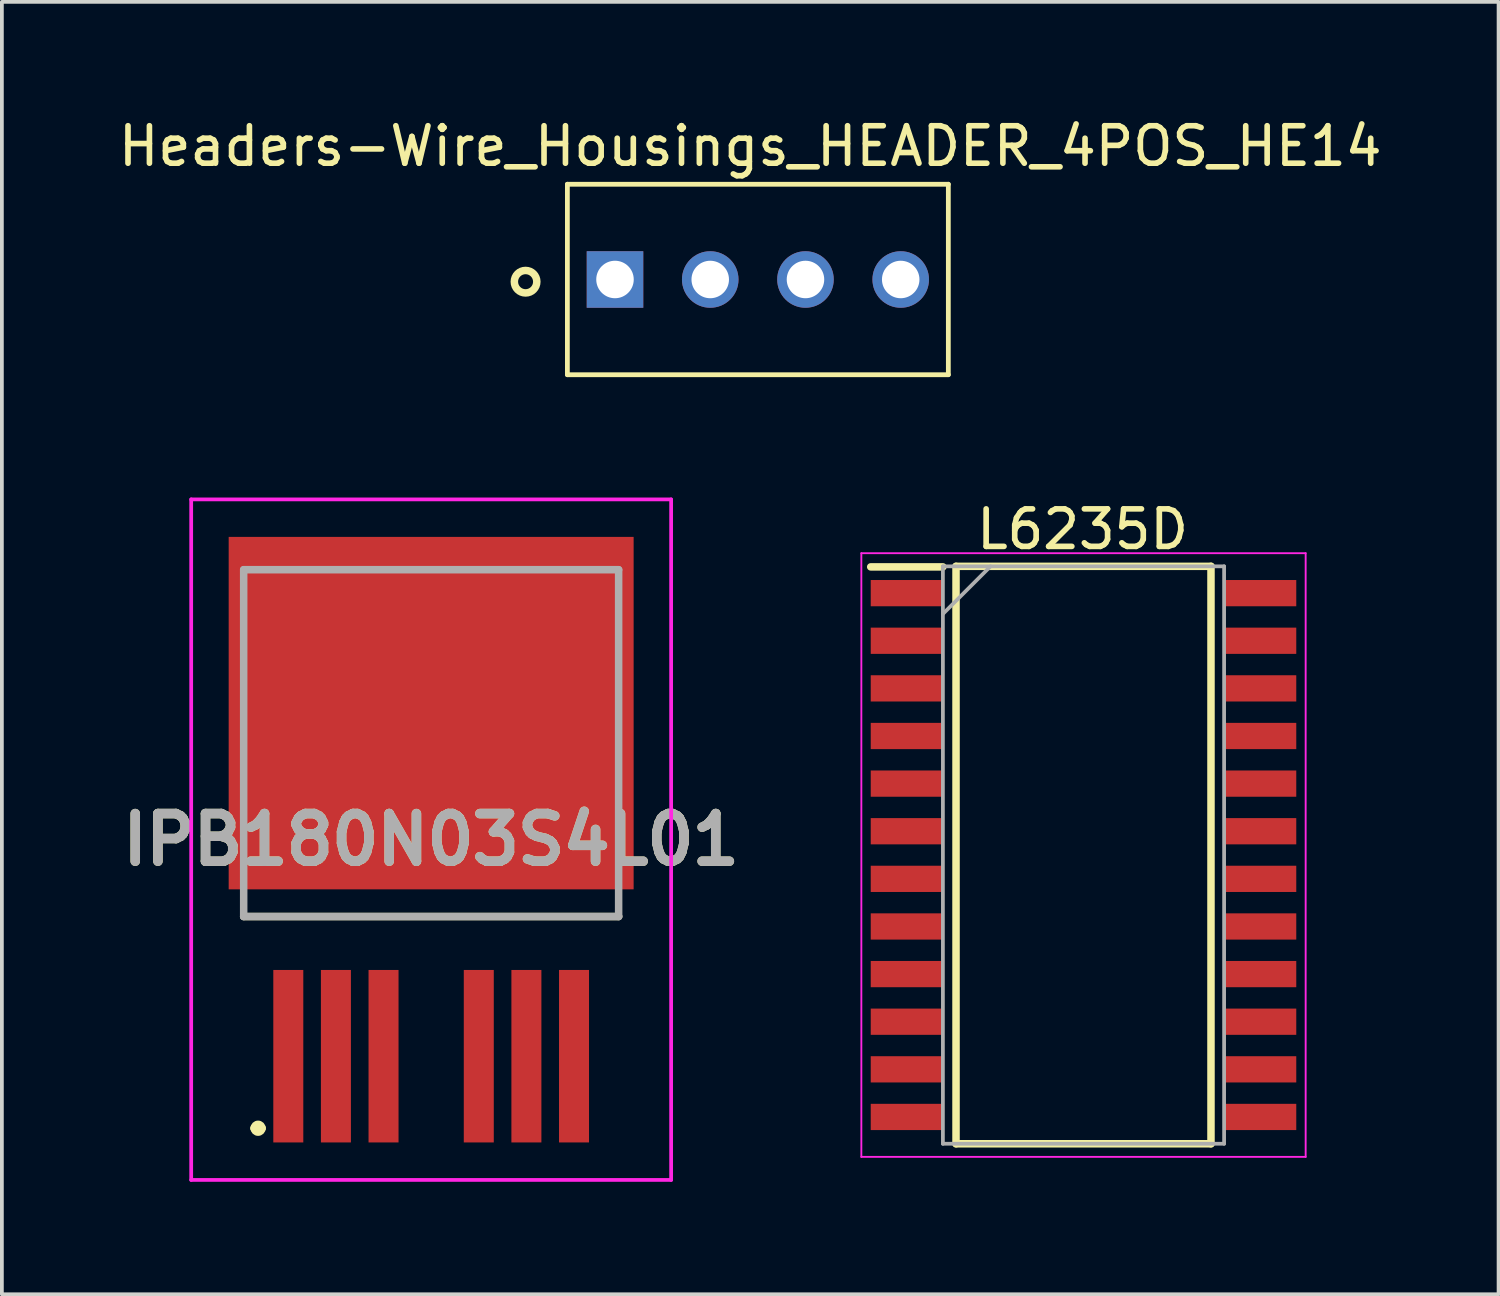
<source format=kicad_pcb>
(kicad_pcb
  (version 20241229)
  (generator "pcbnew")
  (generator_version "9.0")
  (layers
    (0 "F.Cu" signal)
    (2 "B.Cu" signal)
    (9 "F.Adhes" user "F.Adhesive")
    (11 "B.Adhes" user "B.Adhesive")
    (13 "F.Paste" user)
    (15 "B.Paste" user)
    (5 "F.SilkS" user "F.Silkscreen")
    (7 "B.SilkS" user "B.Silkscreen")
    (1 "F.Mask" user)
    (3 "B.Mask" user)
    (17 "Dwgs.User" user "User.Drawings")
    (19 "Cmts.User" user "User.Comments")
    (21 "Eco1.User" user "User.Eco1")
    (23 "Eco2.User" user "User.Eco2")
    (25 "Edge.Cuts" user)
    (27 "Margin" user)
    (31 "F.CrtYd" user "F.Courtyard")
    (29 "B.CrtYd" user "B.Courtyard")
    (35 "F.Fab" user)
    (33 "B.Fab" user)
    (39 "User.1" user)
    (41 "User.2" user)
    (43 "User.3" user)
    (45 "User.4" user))
  (footprint "L6235D"
    (layer "F.Cu")
    (at 25.847 19.754)
    (property "Reference" "L6235D" (at -0.025 -8.687 0) (layer "F.SilkS") (effects (font (size 1 1) (thickness 0.15))))
    (attr smd)
    (fp_line (start -5.675 -7.685) (end -3.75 -7.685) (stroke (width 0.2) (type solid)) (layer "F.SilkS"))
    (fp_line (start -3.4 -7.7) (end 3.4 -7.7) (stroke (width 0.2) (type solid)) (layer "F.SilkS"))
    (fp_line (start -3.4 7.7) (end -3.4 -7.7) (stroke (width 0.2) (type solid)) (layer "F.SilkS"))
    (fp_line (start 3.4 -7.7) (end 3.4 7.7) (stroke (width 0.2) (type solid)) (layer "F.SilkS"))
    (fp_line (start 3.4 7.7) (end -3.4 7.7) (stroke (width 0.2) (type solid)) (layer "F.SilkS"))
    (fp_line (start -5.925 -8.05) (end 5.925 -8.05) (stroke (width 0.05) (type solid)) (layer "F.CrtYd"))
    (fp_line (start -5.925 8.05) (end -5.925 -8.05) (stroke (width 0.05) (type solid)) (layer "F.CrtYd"))
    (fp_line (start 5.925 -8.05) (end 5.925 8.05) (stroke (width 0.05) (type solid)) (layer "F.CrtYd"))
    (fp_line (start 5.925 8.05) (end -5.925 8.05) (stroke (width 0.05) (type solid)) (layer "F.CrtYd"))
    (fp_line (start -3.75 -7.7) (end 3.75 -7.7) (stroke (width 0.1) (type solid)) (layer "F.Fab"))
    (fp_line (start -3.75 -6.43) (end -2.48 -7.7) (stroke (width 0.1) (type solid)) (layer "F.Fab"))
    (fp_line (start -3.75 7.7) (end -3.75 -7.7) (stroke (width 0.1) (type solid)) (layer "F.Fab"))
    (fp_line (start 3.75 -7.7) (end 3.75 7.7) (stroke (width 0.1) (type solid)) (layer "F.Fab"))
    (fp_line (start 3.75 7.7) (end -3.75 7.7) (stroke (width 0.1) (type solid)) (layer "F.Fab"))
    (pad "1" smd rect (at -4.712 -6.985 90) (size 0.7 1.925) (layers "F.Cu" "F.Mask" "F.Paste"))
    (pad "2" smd rect (at -4.712 -5.715 90) (size 0.7 1.925) (layers "F.Cu" "F.Mask" "F.Paste"))
    (pad "3" smd rect (at -4.712 -4.445 90) (size 0.7 1.925) (layers "F.Cu" "F.Mask" "F.Paste"))
    (pad "4" smd rect (at -4.712 -3.175 90) (size 0.7 1.925) (layers "F.Cu" "F.Mask" "F.Paste"))
    (pad "5" smd rect (at -4.712 -1.905 90) (size 0.7 1.925) (layers "F.Cu" "F.Mask" "F.Paste"))
    (pad "6" smd rect (at -4.712 -0.635 90) (size 0.7 1.925) (layers "F.Cu" "F.Mask" "F.Paste"))
    (pad "7" smd rect (at -4.712 0.635 90) (size 0.7 1.925) (layers "F.Cu" "F.Mask" "F.Paste"))
    (pad "8" smd rect (at -4.712 1.905 90) (size 0.7 1.925) (layers "F.Cu" "F.Mask" "F.Paste"))
    (pad "9" smd rect (at -4.712 3.175 90) (size 0.7 1.925) (layers "F.Cu" "F.Mask" "F.Paste"))
    (pad "10" smd rect (at -4.712 4.445 90) (size 0.7 1.925) (layers "F.Cu" "F.Mask" "F.Paste"))
    (pad "11" smd rect (at -4.712 5.715 90) (size 0.7 1.925) (layers "F.Cu" "F.Mask" "F.Paste"))
    (pad "12" smd rect (at -4.712 6.985 90) (size 0.7 1.925) (layers "F.Cu" "F.Mask" "F.Paste"))
    (pad "13" smd rect (at 4.712 6.985 90) (size 0.7 1.925) (layers "F.Cu" "F.Mask" "F.Paste"))
    (pad "14" smd rect (at 4.712 5.715 90) (size 0.7 1.925) (layers "F.Cu" "F.Mask" "F.Paste"))
    (pad "15" smd rect (at 4.712 4.445 90) (size 0.7 1.925) (layers "F.Cu" "F.Mask" "F.Paste"))
    (pad "16" smd rect (at 4.712 3.175 90) (size 0.7 1.925) (layers "F.Cu" "F.Mask" "F.Paste"))
    (pad "17" smd rect (at 4.712 1.905 90) (size 0.7 1.925) (layers "F.Cu" "F.Mask" "F.Paste"))
    (pad "18" smd rect (at 4.712 0.635 90) (size 0.7 1.925) (layers "F.Cu" "F.Mask" "F.Paste"))
    (pad "19" smd rect (at 4.712 -0.635 90) (size 0.7 1.925) (layers "F.Cu" "F.Mask" "F.Paste"))
    (pad "20" smd rect (at 4.712 -1.905 90) (size 0.7 1.925) (layers "F.Cu" "F.Mask" "F.Paste"))
    (pad "21" smd rect (at 4.712 -3.175 90) (size 0.7 1.925) (layers "F.Cu" "F.Mask" "F.Paste"))
    (pad "22" smd rect (at 4.712 -4.445 90) (size 0.7 1.925) (layers "F.Cu" "F.Mask" "F.Paste"))
    (pad "23" smd rect (at 4.712 -5.715 90) (size 0.7 1.925) (layers "F.Cu" "F.Mask" "F.Paste"))
    (pad "24" smd rect (at 4.712 -6.985 90) (size 0.7 1.925) (layers "F.Cu" "F.Mask" "F.Paste")))
  (footprint "Headers-Wire_Housings_HEADER_4POS_HE14"
    (layer "F.Cu")
    (at 13.352 4.404)
    (property "Reference" "Headers-Wire_Housings_HEADER_4POS_HE14" (at 3.607 -3.556 0) (layer "F.SilkS") (effects (font (size 1 1) (thickness 0.15))))
    (attr through_hole)
    (fp_line (start -1.27 -2.54) (end 8.89 -2.54) (stroke (width 0.127) (type solid)) (layer "F.SilkS"))
    (fp_line (start -1.27 2.54) (end -1.27 -2.54) (stroke (width 0.127) (type solid)) (layer "F.SilkS"))
    (fp_line (start 8.89 -2.54) (end 8.89 2.54) (stroke (width 0.127) (type solid)) (layer "F.SilkS"))
    (fp_line (start 8.89 2.54) (end -1.27 2.54) (stroke (width 0.127) (type solid)) (layer "F.SilkS"))
    (fp_circle (center -2.385 0.059) (end -2.085 0.059) (stroke (width 0.2) (type solid)) (fill no) (layer "F.SilkS"))
    (fp_line (start -1.52 -2.79) (end 9.14 -2.79) (stroke (width 0.05) (type solid)) (layer "Eco1.User"))
    (fp_line (start -1.52 2.79) (end -1.52 -2.79) (stroke (width 0.05) (type solid)) (layer "Eco1.User"))
    (fp_line (start 9.14 -2.79) (end 9.14 2.79) (stroke (width 0.05) (type solid)) (layer "Eco1.User"))
    (fp_line (start 9.14 2.79) (end -1.52 2.79) (stroke (width 0.05) (type solid)) (layer "Eco1.User"))
    (fp_line (start -1.27 -2.54) (end 8.89 -2.54) (stroke (width 0.127) (type solid)) (layer "Eco2.User"))
    (fp_line (start -1.27 2.54) (end -1.27 -2.54) (stroke (width 0.127) (type solid)) (layer "Eco2.User"))
    (fp_line (start 8.89 -2.54) (end 8.89 2.54) (stroke (width 0.127) (type solid)) (layer "Eco2.User"))
    (fp_line (start 8.89 2.54) (end -1.27 2.54) (stroke (width 0.127) (type solid)) (layer "Eco2.User"))
    (fp_circle (center 0 0) (end 0.3 0) (stroke (width 0.2) (type solid)) (fill no) (layer "Eco2.User"))
    (pad "1" thru_hole rect (at 0 0) (size 1.508 1.508) (drill 1) (layers "*.Cu" "*.Mask"))
    (pad "2" thru_hole circle (at 2.54 0) (size 1.508 1.508) (drill 1) (layers "*.Cu" "*.Mask"))
    (pad "3" thru_hole circle (at 5.08 0) (size 1.508 1.508) (drill 1) (layers "*.Cu" "*.Mask"))
    (pad "4" thru_hole circle (at 7.62 0) (size 1.508 1.508) (drill 1) (layers "*.Cu" "*.Mask")))
  (footprint "IPB180N03S4L01"
    (layer "F.Cu")
    (at 8.449 15.969)
    (property "Reference" "IPB180N03S4L01" (at 0 3.375 0) (layer "F.SilkS") (effects (font (size 1.27 1.27) (thickness 0.254))))
    (attr smd)
    (fp_line (start -5 5.425) (end 5 5.425) (stroke (width 0.2) (type solid)) (layer "F.SilkS"))
    (fp_line (start -4.718 11.071) (end -4.718 11.071) (stroke (width 0.204) (type solid)) (layer "F.SilkS"))
    (fp_line (start -4.514 11.071) (end -4.514 11.071) (stroke (width 0.204) (type solid)) (layer "F.SilkS"))
    (fp_arc (start -4.718 11.071) (mid -4.616 10.969) (end -4.514 11.071) (stroke (width 0.20408) (type solid)) (layer "F.SilkS"))
    (fp_arc (start -4.514 11.071) (mid -4.616 11.173) (end -4.718 11.071) (stroke (width 0.20408) (type solid)) (layer "F.SilkS"))
    (fp_line (start -6.4 -5.7) (end 6.4 -5.7) (stroke (width 0.1) (type solid)) (layer "F.CrtYd"))
    (fp_line (start -6.4 12.45) (end -6.4 -5.7) (stroke (width 0.1) (type solid)) (layer "F.CrtYd"))
    (fp_line (start 6.4 -5.7) (end 6.4 12.45) (stroke (width 0.1) (type solid)) (layer "F.CrtYd"))
    (fp_line (start 6.4 12.45) (end -6.4 12.45) (stroke (width 0.1) (type solid)) (layer "F.CrtYd"))
    (fp_line (start -5 -3.825) (end 5 -3.825) (stroke (width 0.2) (type solid)) (layer "F.Fab"))
    (fp_line (start -5 5.425) (end -5 -3.825) (stroke (width 0.2) (type solid)) (layer "F.Fab"))
    (fp_line (start 5 -3.825) (end 5 5.425) (stroke (width 0.2) (type solid)) (layer "F.Fab"))
    (fp_line (start 5 5.425) (end -5 5.425) (stroke (width 0.2) (type solid)) (layer "F.Fab"))
    (fp_text user "${REFERENCE}" (at 0 3.375 0) (layer "F.Fab") (effects (font (size 1.27 1.27) (thickness 0.254))))
    (pad "1" smd rect (at -3.81 9.15) (size 0.8 4.6) (layers "F.Cu" "F.Mask" "F.Paste"))
    (pad "2" smd rect (at -2.54 9.15) (size 0.8 4.6) (layers "F.Cu" "F.Mask" "F.Paste"))
    (pad "3" smd rect (at -1.27 9.15) (size 0.8 4.6) (layers "F.Cu" "F.Mask" "F.Paste"))
    (pad "4" smd rect (at 0 0 90) (size 9.4 10.8) (layers "F.Cu" "F.Mask" "F.Paste"))
    (pad "5" smd rect (at 1.27 9.15) (size 0.8 4.6) (layers "F.Cu" "F.Mask" "F.Paste"))
    (pad "6" smd rect (at 2.54 9.15) (size 0.8 4.6) (layers "F.Cu" "F.Mask" "F.Paste"))
    (pad "7" smd rect (at 3.81 9.15) (size 0.8 4.6) (layers "F.Cu" "F.Mask" "F.Paste")))
  (gr_rect
    (start -3 -3)
    (end 36.917 31.469)
    (stroke (width 0.1) (type default))
    (fill no)
    (layer "Edge.Cuts")))
</source>
